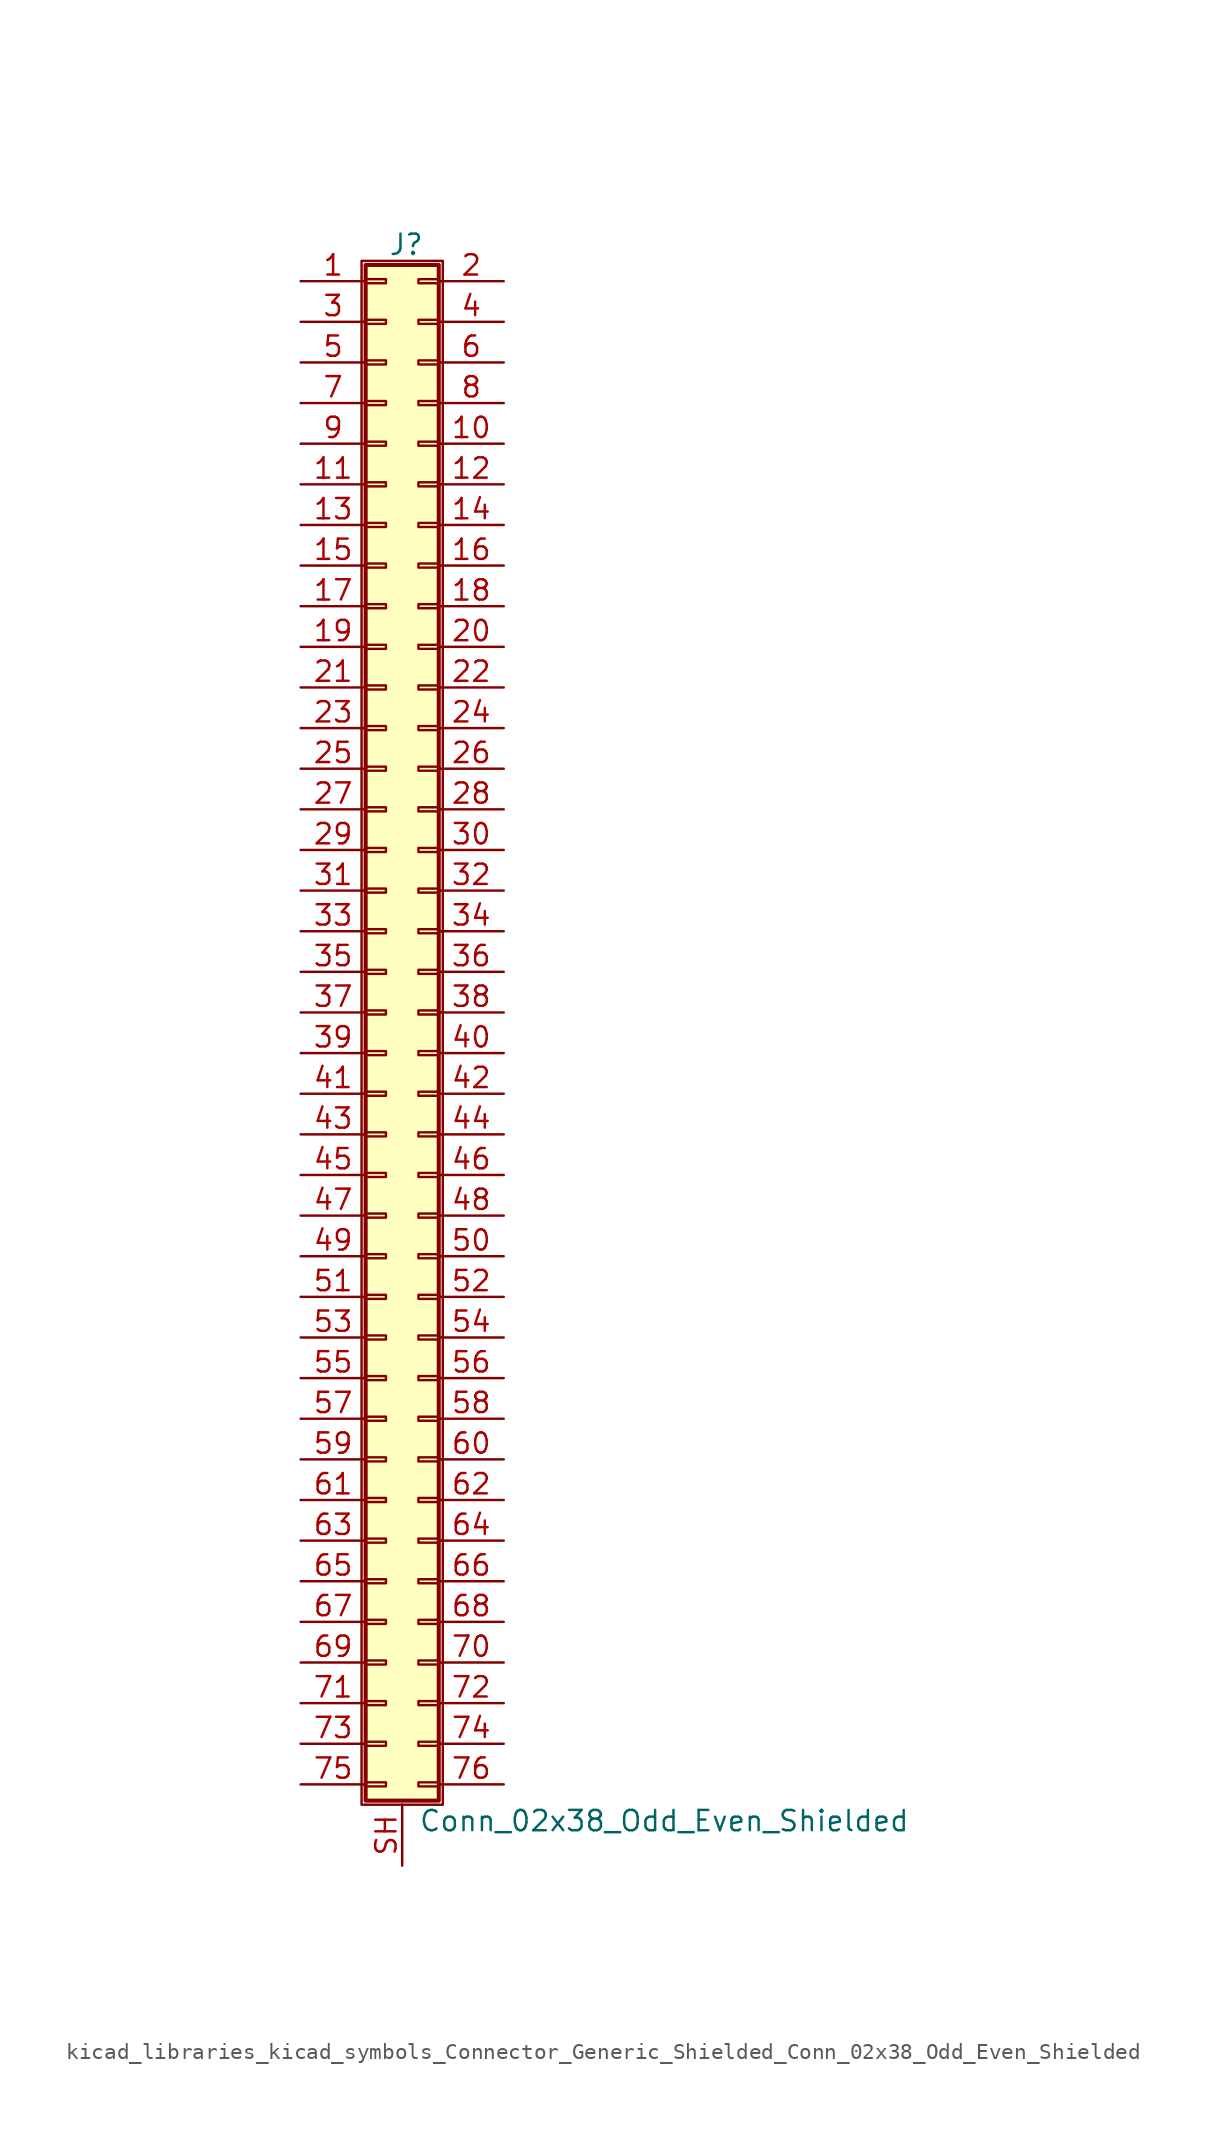
<source format=kicad_sym>
(kicad_symbol_lib
  (version 20220914)
  (generator kicad_symbol_editor)
  (symbol "kicad_libraries_kicad_symbols_Connector_Generic_Shielded_Conn_02x38_Odd_Even_Shielded"
    (pin_names
      (offset 1.016) hide)
    (property "Reference" "J"
      (at 1.524 48.006 0)
      (effects (font (size 1.27 1.27))))
    (property "Value" "Conn_02x38_Odd_Even_Shielded"
      (at 2.286 -50.546 0)
      (effects (font (size 1.27 1.27)) (justify left)))
    (symbol "kicad_libraries_kicad_symbols_Connector_Generic_Shielded_Conn_02x38_Odd_Even_Shielded_1_1"
      (rectangle (start -1.27 46.99) (end 3.81 -49.53) (stroke (width 0.152) (type default)) (fill (type none)))
      (rectangle (start -1.016 -48.133) (end 0.254 -48.387) (stroke (width 0.152) (type default)) (fill (type none)))
      (rectangle (start -1.016 -45.593) (end 0.254 -45.847) (stroke (width 0.152) (type default)) (fill (type none)))
      (rectangle (start -1.016 -43.053) (end 0.254 -43.307) (stroke (width 0.152) (type default)) (fill (type none)))
      (rectangle (start -1.016 -40.513) (end 0.254 -40.767) (stroke (width 0.152) (type default)) (fill (type none)))
      (rectangle (start -1.016 -37.973) (end 0.254 -38.227) (stroke (width 0.152) (type default)) (fill (type none)))
      (rectangle (start -1.016 -35.433) (end 0.254 -35.687) (stroke (width 0.152) (type default)) (fill (type none)))
      (rectangle (start -1.016 -32.893) (end 0.254 -33.147) (stroke (width 0.152) (type default)) (fill (type none)))
      (rectangle (start -1.016 -30.353) (end 0.254 -30.607) (stroke (width 0.152) (type default)) (fill (type none)))
      (rectangle (start -1.016 -27.813) (end 0.254 -28.067) (stroke (width 0.152) (type default)) (fill (type none)))
      (rectangle (start -1.016 -25.273) (end 0.254 -25.527) (stroke (width 0.152) (type default)) (fill (type none)))
      (rectangle (start -1.016 -22.733) (end 0.254 -22.987) (stroke (width 0.152) (type default)) (fill (type none)))
      (rectangle (start -1.016 -20.193) (end 0.254 -20.447) (stroke (width 0.152) (type default)) (fill (type none)))
      (rectangle (start -1.016 -17.653) (end 0.254 -17.907) (stroke (width 0.152) (type default)) (fill (type none)))
      (rectangle (start -1.016 -15.113) (end 0.254 -15.367) (stroke (width 0.152) (type default)) (fill (type none)))
      (rectangle (start -1.016 -12.573) (end 0.254 -12.827) (stroke (width 0.152) (type default)) (fill (type none)))
      (rectangle (start -1.016 -10.033) (end 0.254 -10.287) (stroke (width 0.152) (type default)) (fill (type none)))
      (rectangle (start -1.016 -7.493) (end 0.254 -7.747) (stroke (width 0.152) (type default)) (fill (type none)))
      (rectangle (start -1.016 -4.953) (end 0.254 -5.207) (stroke (width 0.152) (type default)) (fill (type none)))
      (rectangle (start -1.016 -2.413) (end 0.254 -2.667) (stroke (width 0.152) (type default)) (fill (type none)))
      (rectangle (start -1.016 0.127) (end 0.254 -0.127) (stroke (width 0.152) (type default)) (fill (type none)))
      (rectangle (start -1.016 2.667) (end 0.254 2.413) (stroke (width 0.152) (type default)) (fill (type none)))
      (rectangle (start -1.016 5.207) (end 0.254 4.953) (stroke (width 0.152) (type default)) (fill (type none)))
      (rectangle (start -1.016 7.747) (end 0.254 7.493) (stroke (width 0.152) (type default)) (fill (type none)))
      (rectangle (start -1.016 10.287) (end 0.254 10.033) (stroke (width 0.152) (type default)) (fill (type none)))
      (rectangle (start -1.016 12.827) (end 0.254 12.573) (stroke (width 0.152) (type default)) (fill (type none)))
      (rectangle (start -1.016 15.367) (end 0.254 15.113) (stroke (width 0.152) (type default)) (fill (type none)))
      (rectangle (start -1.016 17.907) (end 0.254 17.653) (stroke (width 0.152) (type default)) (fill (type none)))
      (rectangle (start -1.016 20.447) (end 0.254 20.193) (stroke (width 0.152) (type default)) (fill (type none)))
      (rectangle (start -1.016 22.987) (end 0.254 22.733) (stroke (width 0.152) (type default)) (fill (type none)))
      (rectangle (start -1.016 25.527) (end 0.254 25.273) (stroke (width 0.152) (type default)) (fill (type none)))
      (rectangle (start -1.016 28.067) (end 0.254 27.813) (stroke (width 0.152) (type default)) (fill (type none)))
      (rectangle (start -1.016 30.607) (end 0.254 30.353) (stroke (width 0.152) (type default)) (fill (type none)))
      (rectangle (start -1.016 33.147) (end 0.254 32.893) (stroke (width 0.152) (type default)) (fill (type none)))
      (rectangle (start -1.016 35.687) (end 0.254 35.433) (stroke (width 0.152) (type default)) (fill (type none)))
      (rectangle (start -1.016 38.227) (end 0.254 37.973) (stroke (width 0.152) (type default)) (fill (type none)))
      (rectangle (start -1.016 40.767) (end 0.254 40.513) (stroke (width 0.152) (type default)) (fill (type none)))
      (rectangle (start -1.016 43.307) (end 0.254 43.053) (stroke (width 0.152) (type default)) (fill (type none)))
      (rectangle (start -1.016 45.847) (end 0.254 45.593) (stroke (width 0.152) (type default)) (fill (type none)))
      (rectangle (start -1.016 46.736) (end 3.556 -49.276) (stroke (width 0.254) (type default)) (fill (type background)))
      (rectangle (start 3.556 -48.133) (end 2.286 -48.387) (stroke (width 0.152) (type default)) (fill (type none)))
      (rectangle (start 3.556 -45.593) (end 2.286 -45.847) (stroke (width 0.152) (type default)) (fill (type none)))
      (rectangle (start 3.556 -43.053) (end 2.286 -43.307) (stroke (width 0.152) (type default)) (fill (type none)))
      (rectangle (start 3.556 -40.513) (end 2.286 -40.767) (stroke (width 0.152) (type default)) (fill (type none)))
      (rectangle (start 3.556 -37.973) (end 2.286 -38.227) (stroke (width 0.152) (type default)) (fill (type none)))
      (rectangle (start 3.556 -35.433) (end 2.286 -35.687) (stroke (width 0.152) (type default)) (fill (type none)))
      (rectangle (start 3.556 -32.893) (end 2.286 -33.147) (stroke (width 0.152) (type default)) (fill (type none)))
      (rectangle (start 3.556 -30.353) (end 2.286 -30.607) (stroke (width 0.152) (type default)) (fill (type none)))
      (rectangle (start 3.556 -27.813) (end 2.286 -28.067) (stroke (width 0.152) (type default)) (fill (type none)))
      (rectangle (start 3.556 -25.273) (end 2.286 -25.527) (stroke (width 0.152) (type default)) (fill (type none)))
      (rectangle (start 3.556 -22.733) (end 2.286 -22.987) (stroke (width 0.152) (type default)) (fill (type none)))
      (rectangle (start 3.556 -20.193) (end 2.286 -20.447) (stroke (width 0.152) (type default)) (fill (type none)))
      (rectangle (start 3.556 -17.653) (end 2.286 -17.907) (stroke (width 0.152) (type default)) (fill (type none)))
      (rectangle (start 3.556 -15.113) (end 2.286 -15.367) (stroke (width 0.152) (type default)) (fill (type none)))
      (rectangle (start 3.556 -12.573) (end 2.286 -12.827) (stroke (width 0.152) (type default)) (fill (type none)))
      (rectangle (start 3.556 -10.033) (end 2.286 -10.287) (stroke (width 0.152) (type default)) (fill (type none)))
      (rectangle (start 3.556 -7.493) (end 2.286 -7.747) (stroke (width 0.152) (type default)) (fill (type none)))
      (rectangle (start 3.556 -4.953) (end 2.286 -5.207) (stroke (width 0.152) (type default)) (fill (type none)))
      (rectangle (start 3.556 -2.413) (end 2.286 -2.667) (stroke (width 0.152) (type default)) (fill (type none)))
      (rectangle (start 3.556 0.127) (end 2.286 -0.127) (stroke (width 0.152) (type default)) (fill (type none)))
      (rectangle (start 3.556 2.667) (end 2.286 2.413) (stroke (width 0.152) (type default)) (fill (type none)))
      (rectangle (start 3.556 5.207) (end 2.286 4.953) (stroke (width 0.152) (type default)) (fill (type none)))
      (rectangle (start 3.556 7.747) (end 2.286 7.493) (stroke (width 0.152) (type default)) (fill (type none)))
      (rectangle (start 3.556 10.287) (end 2.286 10.033) (stroke (width 0.152) (type default)) (fill (type none)))
      (rectangle (start 3.556 12.827) (end 2.286 12.573) (stroke (width 0.152) (type default)) (fill (type none)))
      (rectangle (start 3.556 15.367) (end 2.286 15.113) (stroke (width 0.152) (type default)) (fill (type none)))
      (rectangle (start 3.556 17.907) (end 2.286 17.653) (stroke (width 0.152) (type default)) (fill (type none)))
      (rectangle (start 3.556 20.447) (end 2.286 20.193) (stroke (width 0.152) (type default)) (fill (type none)))
      (rectangle (start 3.556 22.987) (end 2.286 22.733) (stroke (width 0.152) (type default)) (fill (type none)))
      (rectangle (start 3.556 25.527) (end 2.286 25.273) (stroke (width 0.152) (type default)) (fill (type none)))
      (rectangle (start 3.556 28.067) (end 2.286 27.813) (stroke (width 0.152) (type default)) (fill (type none)))
      (rectangle (start 3.556 30.607) (end 2.286 30.353) (stroke (width 0.152) (type default)) (fill (type none)))
      (rectangle (start 3.556 33.147) (end 2.286 32.893) (stroke (width 0.152) (type default)) (fill (type none)))
      (rectangle (start 3.556 35.687) (end 2.286 35.433) (stroke (width 0.152) (type default)) (fill (type none)))
      (rectangle (start 3.556 38.227) (end 2.286 37.973) (stroke (width 0.152) (type default)) (fill (type none)))
      (rectangle (start 3.556 40.767) (end 2.286 40.513) (stroke (width 0.152) (type default)) (fill (type none)))
      (rectangle (start 3.556 43.307) (end 2.286 43.053) (stroke (width 0.152) (type default)) (fill (type none)))
      (rectangle (start 3.556 45.847) (end 2.286 45.593) (stroke (width 0.152) (type default)) (fill (type none)))
      (pin passive line (at -5.08 45.72 0) (length 4.064) (name "Pin_1" (effects (font (size 1.27 1.27)))) (number "1" (effects (font (size 1.27 1.27)))))
      (pin passive line (at 7.62 35.56 180) (length 4.064) (name "Pin_10" (effects (font (size 1.27 1.27)))) (number "10" (effects (font (size 1.27 1.27)))))
      (pin passive line (at -5.08 33.02 0) (length 4.064) (name "Pin_11" (effects (font (size 1.27 1.27)))) (number "11" (effects (font (size 1.27 1.27)))))
      (pin passive line (at 7.62 33.02 180) (length 4.064) (name "Pin_12" (effects (font (size 1.27 1.27)))) (number "12" (effects (font (size 1.27 1.27)))))
      (pin passive line (at -5.08 30.48 0) (length 4.064) (name "Pin_13" (effects (font (size 1.27 1.27)))) (number "13" (effects (font (size 1.27 1.27)))))
      (pin passive line (at 7.62 30.48 180) (length 4.064) (name "Pin_14" (effects (font (size 1.27 1.27)))) (number "14" (effects (font (size 1.27 1.27)))))
      (pin passive line (at -5.08 27.94 0) (length 4.064) (name "Pin_15" (effects (font (size 1.27 1.27)))) (number "15" (effects (font (size 1.27 1.27)))))
      (pin passive line (at 7.62 27.94 180) (length 4.064) (name "Pin_16" (effects (font (size 1.27 1.27)))) (number "16" (effects (font (size 1.27 1.27)))))
      (pin passive line (at -5.08 25.4 0) (length 4.064) (name "Pin_17" (effects (font (size 1.27 1.27)))) (number "17" (effects (font (size 1.27 1.27)))))
      (pin passive line (at 7.62 25.4 180) (length 4.064) (name "Pin_18" (effects (font (size 1.27 1.27)))) (number "18" (effects (font (size 1.27 1.27)))))
      (pin passive line (at -5.08 22.86 0) (length 4.064) (name "Pin_19" (effects (font (size 1.27 1.27)))) (number "19" (effects (font (size 1.27 1.27)))))
      (pin passive line (at 7.62 45.72 180) (length 4.064) (name "Pin_2" (effects (font (size 1.27 1.27)))) (number "2" (effects (font (size 1.27 1.27)))))
      (pin passive line (at 7.62 22.86 180) (length 4.064) (name "Pin_20" (effects (font (size 1.27 1.27)))) (number "20" (effects (font (size 1.27 1.27)))))
      (pin passive line (at -5.08 20.32 0) (length 4.064) (name "Pin_21" (effects (font (size 1.27 1.27)))) (number "21" (effects (font (size 1.27 1.27)))))
      (pin passive line (at 7.62 20.32 180) (length 4.064) (name "Pin_22" (effects (font (size 1.27 1.27)))) (number "22" (effects (font (size 1.27 1.27)))))
      (pin passive line (at -5.08 17.78 0) (length 4.064) (name "Pin_23" (effects (font (size 1.27 1.27)))) (number "23" (effects (font (size 1.27 1.27)))))
      (pin passive line (at 7.62 17.78 180) (length 4.064) (name "Pin_24" (effects (font (size 1.27 1.27)))) (number "24" (effects (font (size 1.27 1.27)))))
      (pin passive line (at -5.08 15.24 0) (length 4.064) (name "Pin_25" (effects (font (size 1.27 1.27)))) (number "25" (effects (font (size 1.27 1.27)))))
      (pin passive line (at 7.62 15.24 180) (length 4.064) (name "Pin_26" (effects (font (size 1.27 1.27)))) (number "26" (effects (font (size 1.27 1.27)))))
      (pin passive line (at -5.08 12.7 0) (length 4.064) (name "Pin_27" (effects (font (size 1.27 1.27)))) (number "27" (effects (font (size 1.27 1.27)))))
      (pin passive line (at 7.62 12.7 180) (length 4.064) (name "Pin_28" (effects (font (size 1.27 1.27)))) (number "28" (effects (font (size 1.27 1.27)))))
      (pin passive line (at -5.08 10.16 0) (length 4.064) (name "Pin_29" (effects (font (size 1.27 1.27)))) (number "29" (effects (font (size 1.27 1.27)))))
      (pin passive line (at -5.08 43.18 0) (length 4.064) (name "Pin_3" (effects (font (size 1.27 1.27)))) (number "3" (effects (font (size 1.27 1.27)))))
      (pin passive line (at 7.62 10.16 180) (length 4.064) (name "Pin_30" (effects (font (size 1.27 1.27)))) (number "30" (effects (font (size 1.27 1.27)))))
      (pin passive line (at -5.08 7.62 0) (length 4.064) (name "Pin_31" (effects (font (size 1.27 1.27)))) (number "31" (effects (font (size 1.27 1.27)))))
      (pin passive line (at 7.62 7.62 180) (length 4.064) (name "Pin_32" (effects (font (size 1.27 1.27)))) (number "32" (effects (font (size 1.27 1.27)))))
      (pin passive line (at -5.08 5.08 0) (length 4.064) (name "Pin_33" (effects (font (size 1.27 1.27)))) (number "33" (effects (font (size 1.27 1.27)))))
      (pin passive line (at 7.62 5.08 180) (length 4.064) (name "Pin_34" (effects (font (size 1.27 1.27)))) (number "34" (effects (font (size 1.27 1.27)))))
      (pin passive line (at -5.08 2.54 0) (length 4.064) (name "Pin_35" (effects (font (size 1.27 1.27)))) (number "35" (effects (font (size 1.27 1.27)))))
      (pin passive line (at 7.62 2.54 180) (length 4.064) (name "Pin_36" (effects (font (size 1.27 1.27)))) (number "36" (effects (font (size 1.27 1.27)))))
      (pin passive line (at -5.08 0 0) (length 4.064) (name "Pin_37" (effects (font (size 1.27 1.27)))) (number "37" (effects (font (size 1.27 1.27)))))
      (pin passive line (at 7.62 0 180) (length 4.064) (name "Pin_38" (effects (font (size 1.27 1.27)))) (number "38" (effects (font (size 1.27 1.27)))))
      (pin passive line (at -5.08 -2.54 0) (length 4.064) (name "Pin_39" (effects (font (size 1.27 1.27)))) (number "39" (effects (font (size 1.27 1.27)))))
      (pin passive line (at 7.62 43.18 180) (length 4.064) (name "Pin_4" (effects (font (size 1.27 1.27)))) (number "4" (effects (font (size 1.27 1.27)))))
      (pin passive line (at 7.62 -2.54 180) (length 4.064) (name "Pin_40" (effects (font (size 1.27 1.27)))) (number "40" (effects (font (size 1.27 1.27)))))
      (pin passive line (at -5.08 -5.08 0) (length 4.064) (name "Pin_41" (effects (font (size 1.27 1.27)))) (number "41" (effects (font (size 1.27 1.27)))))
      (pin passive line (at 7.62 -5.08 180) (length 4.064) (name "Pin_42" (effects (font (size 1.27 1.27)))) (number "42" (effects (font (size 1.27 1.27)))))
      (pin passive line (at -5.08 -7.62 0) (length 4.064) (name "Pin_43" (effects (font (size 1.27 1.27)))) (number "43" (effects (font (size 1.27 1.27)))))
      (pin passive line (at 7.62 -7.62 180) (length 4.064) (name "Pin_44" (effects (font (size 1.27 1.27)))) (number "44" (effects (font (size 1.27 1.27)))))
      (pin passive line (at -5.08 -10.16 0) (length 4.064) (name "Pin_45" (effects (font (size 1.27 1.27)))) (number "45" (effects (font (size 1.27 1.27)))))
      (pin passive line (at 7.62 -10.16 180) (length 4.064) (name "Pin_46" (effects (font (size 1.27 1.27)))) (number "46" (effects (font (size 1.27 1.27)))))
      (pin passive line (at -5.08 -12.7 0) (length 4.064) (name "Pin_47" (effects (font (size 1.27 1.27)))) (number "47" (effects (font (size 1.27 1.27)))))
      (pin passive line (at 7.62 -12.7 180) (length 4.064) (name "Pin_48" (effects (font (size 1.27 1.27)))) (number "48" (effects (font (size 1.27 1.27)))))
      (pin passive line (at -5.08 -15.24 0) (length 4.064) (name "Pin_49" (effects (font (size 1.27 1.27)))) (number "49" (effects (font (size 1.27 1.27)))))
      (pin passive line (at -5.08 40.64 0) (length 4.064) (name "Pin_5" (effects (font (size 1.27 1.27)))) (number "5" (effects (font (size 1.27 1.27)))))
      (pin passive line (at 7.62 -15.24 180) (length 4.064) (name "Pin_50" (effects (font (size 1.27 1.27)))) (number "50" (effects (font (size 1.27 1.27)))))
      (pin passive line (at -5.08 -17.78 0) (length 4.064) (name "Pin_51" (effects (font (size 1.27 1.27)))) (number "51" (effects (font (size 1.27 1.27)))))
      (pin passive line (at 7.62 -17.78 180) (length 4.064) (name "Pin_52" (effects (font (size 1.27 1.27)))) (number "52" (effects (font (size 1.27 1.27)))))
      (pin passive line (at -5.08 -20.32 0) (length 4.064) (name "Pin_53" (effects (font (size 1.27 1.27)))) (number "53" (effects (font (size 1.27 1.27)))))
      (pin passive line (at 7.62 -20.32 180) (length 4.064) (name "Pin_54" (effects (font (size 1.27 1.27)))) (number "54" (effects (font (size 1.27 1.27)))))
      (pin passive line (at -5.08 -22.86 0) (length 4.064) (name "Pin_55" (effects (font (size 1.27 1.27)))) (number "55" (effects (font (size 1.27 1.27)))))
      (pin passive line (at 7.62 -22.86 180) (length 4.064) (name "Pin_56" (effects (font (size 1.27 1.27)))) (number "56" (effects (font (size 1.27 1.27)))))
      (pin passive line (at -5.08 -25.4 0) (length 4.064) (name "Pin_57" (effects (font (size 1.27 1.27)))) (number "57" (effects (font (size 1.27 1.27)))))
      (pin passive line (at 7.62 -25.4 180) (length 4.064) (name "Pin_58" (effects (font (size 1.27 1.27)))) (number "58" (effects (font (size 1.27 1.27)))))
      (pin passive line (at -5.08 -27.94 0) (length 4.064) (name "Pin_59" (effects (font (size 1.27 1.27)))) (number "59" (effects (font (size 1.27 1.27)))))
      (pin passive line (at 7.62 40.64 180) (length 4.064) (name "Pin_6" (effects (font (size 1.27 1.27)))) (number "6" (effects (font (size 1.27 1.27)))))
      (pin passive line (at 7.62 -27.94 180) (length 4.064) (name "Pin_60" (effects (font (size 1.27 1.27)))) (number "60" (effects (font (size 1.27 1.27)))))
      (pin passive line (at -5.08 -30.48 0) (length 4.064) (name "Pin_61" (effects (font (size 1.27 1.27)))) (number "61" (effects (font (size 1.27 1.27)))))
      (pin passive line (at 7.62 -30.48 180) (length 4.064) (name "Pin_62" (effects (font (size 1.27 1.27)))) (number "62" (effects (font (size 1.27 1.27)))))
      (pin passive line (at -5.08 -33.02 0) (length 4.064) (name "Pin_63" (effects (font (size 1.27 1.27)))) (number "63" (effects (font (size 1.27 1.27)))))
      (pin passive line (at 7.62 -33.02 180) (length 4.064) (name "Pin_64" (effects (font (size 1.27 1.27)))) (number "64" (effects (font (size 1.27 1.27)))))
      (pin passive line (at -5.08 -35.56 0) (length 4.064) (name "Pin_65" (effects (font (size 1.27 1.27)))) (number "65" (effects (font (size 1.27 1.27)))))
      (pin passive line (at 7.62 -35.56 180) (length 4.064) (name "Pin_66" (effects (font (size 1.27 1.27)))) (number "66" (effects (font (size 1.27 1.27)))))
      (pin passive line (at -5.08 -38.1 0) (length 4.064) (name "Pin_67" (effects (font (size 1.27 1.27)))) (number "67" (effects (font (size 1.27 1.27)))))
      (pin passive line (at 7.62 -38.1 180) (length 4.064) (name "Pin_68" (effects (font (size 1.27 1.27)))) (number "68" (effects (font (size 1.27 1.27)))))
      (pin passive line (at -5.08 -40.64 0) (length 4.064) (name "Pin_69" (effects (font (size 1.27 1.27)))) (number "69" (effects (font (size 1.27 1.27)))))
      (pin passive line (at -5.08 38.1 0) (length 4.064) (name "Pin_7" (effects (font (size 1.27 1.27)))) (number "7" (effects (font (size 1.27 1.27)))))
      (pin passive line (at 7.62 -40.64 180) (length 4.064) (name "Pin_70" (effects (font (size 1.27 1.27)))) (number "70" (effects (font (size 1.27 1.27)))))
      (pin passive line (at -5.08 -43.18 0) (length 4.064) (name "Pin_71" (effects (font (size 1.27 1.27)))) (number "71" (effects (font (size 1.27 1.27)))))
      (pin passive line (at 7.62 -43.18 180) (length 4.064) (name "Pin_72" (effects (font (size 1.27 1.27)))) (number "72" (effects (font (size 1.27 1.27)))))
      (pin passive line (at -5.08 -45.72 0) (length 4.064) (name "Pin_73" (effects (font (size 1.27 1.27)))) (number "73" (effects (font (size 1.27 1.27)))))
      (pin passive line (at 7.62 -45.72 180) (length 4.064) (name "Pin_74" (effects (font (size 1.27 1.27)))) (number "74" (effects (font (size 1.27 1.27)))))
      (pin passive line (at -5.08 -48.26 0) (length 4.064) (name "Pin_75" (effects (font (size 1.27 1.27)))) (number "75" (effects (font (size 1.27 1.27)))))
      (pin passive line (at 7.62 -48.26 180) (length 4.064) (name "Pin_76" (effects (font (size 1.27 1.27)))) (number "76" (effects (font (size 1.27 1.27)))))
      (pin passive line (at 7.62 38.1 180) (length 4.064) (name "Pin_8" (effects (font (size 1.27 1.27)))) (number "8" (effects (font (size 1.27 1.27)))))
      (pin passive line (at -5.08 35.56 0) (length 4.064) (name "Pin_9" (effects (font (size 1.27 1.27)))) (number "9" (effects (font (size 1.27 1.27)))))
      (pin passive line (at 1.27 -53.34 90) (length 3.81) (name "Shield" (effects (font (size 1.27 1.27)))) (number "SH" (effects (font (size 1.27 1.27))))))))
</source>
